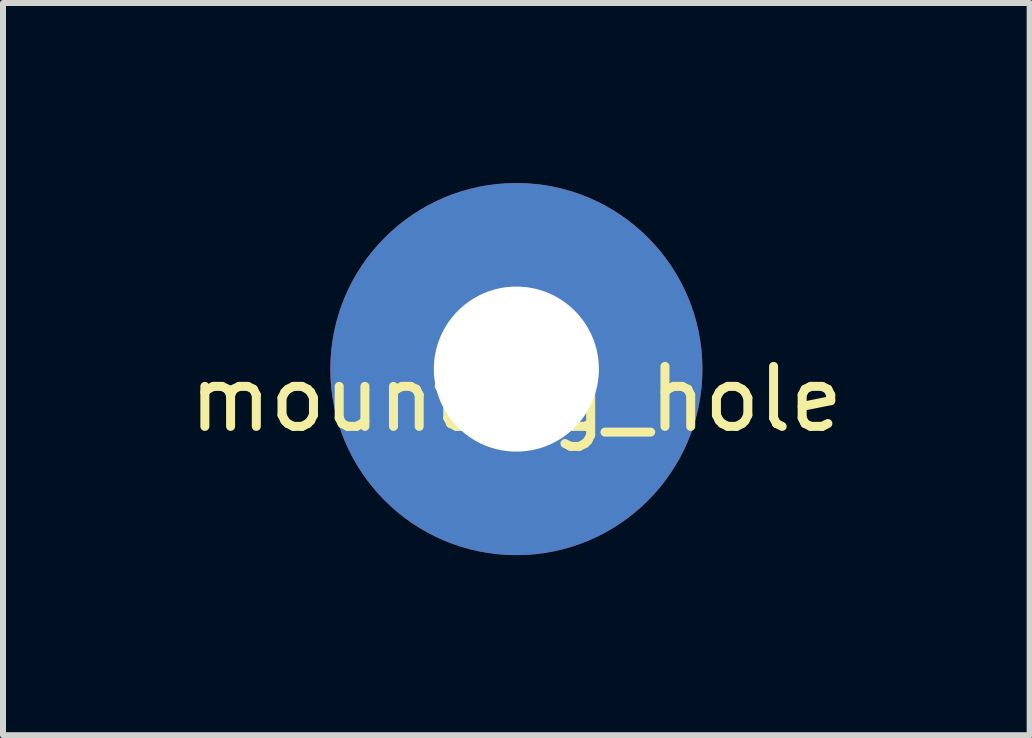
<source format=kicad_pcb>
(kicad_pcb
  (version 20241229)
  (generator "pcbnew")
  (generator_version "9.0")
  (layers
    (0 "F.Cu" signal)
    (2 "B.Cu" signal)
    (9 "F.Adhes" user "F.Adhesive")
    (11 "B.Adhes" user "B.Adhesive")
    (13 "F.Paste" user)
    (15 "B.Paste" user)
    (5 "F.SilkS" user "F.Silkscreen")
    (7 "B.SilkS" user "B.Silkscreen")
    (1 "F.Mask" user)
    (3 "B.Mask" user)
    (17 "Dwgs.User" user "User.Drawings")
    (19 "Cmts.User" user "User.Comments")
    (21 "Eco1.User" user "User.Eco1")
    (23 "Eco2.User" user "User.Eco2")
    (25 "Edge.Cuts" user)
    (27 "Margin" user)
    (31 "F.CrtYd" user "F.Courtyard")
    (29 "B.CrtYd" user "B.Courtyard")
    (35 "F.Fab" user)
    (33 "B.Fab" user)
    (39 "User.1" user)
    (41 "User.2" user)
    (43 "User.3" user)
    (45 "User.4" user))
  (footprint "mounting_hole"
    (layer "F.Cu")
    (at 5.554 3.1)
    (property "Reference" "mounting_hole" (at 0 0.5 0) (layer "F.SilkS") (effects (font (size 1 1) (thickness 0.15))))
    (attr through_hole)
    (pad "" np_thru_hole circle (at 0 0) (size 6.2 6.2) (drill 2.75) (layers "*.Cu" "*.Mask")))
  (gr_rect
    (start -3 -3)
    (end 14.107 9.2)
    (stroke (width 0.1) (type default))
    (fill no)
    (layer "Edge.Cuts")))
</source>
